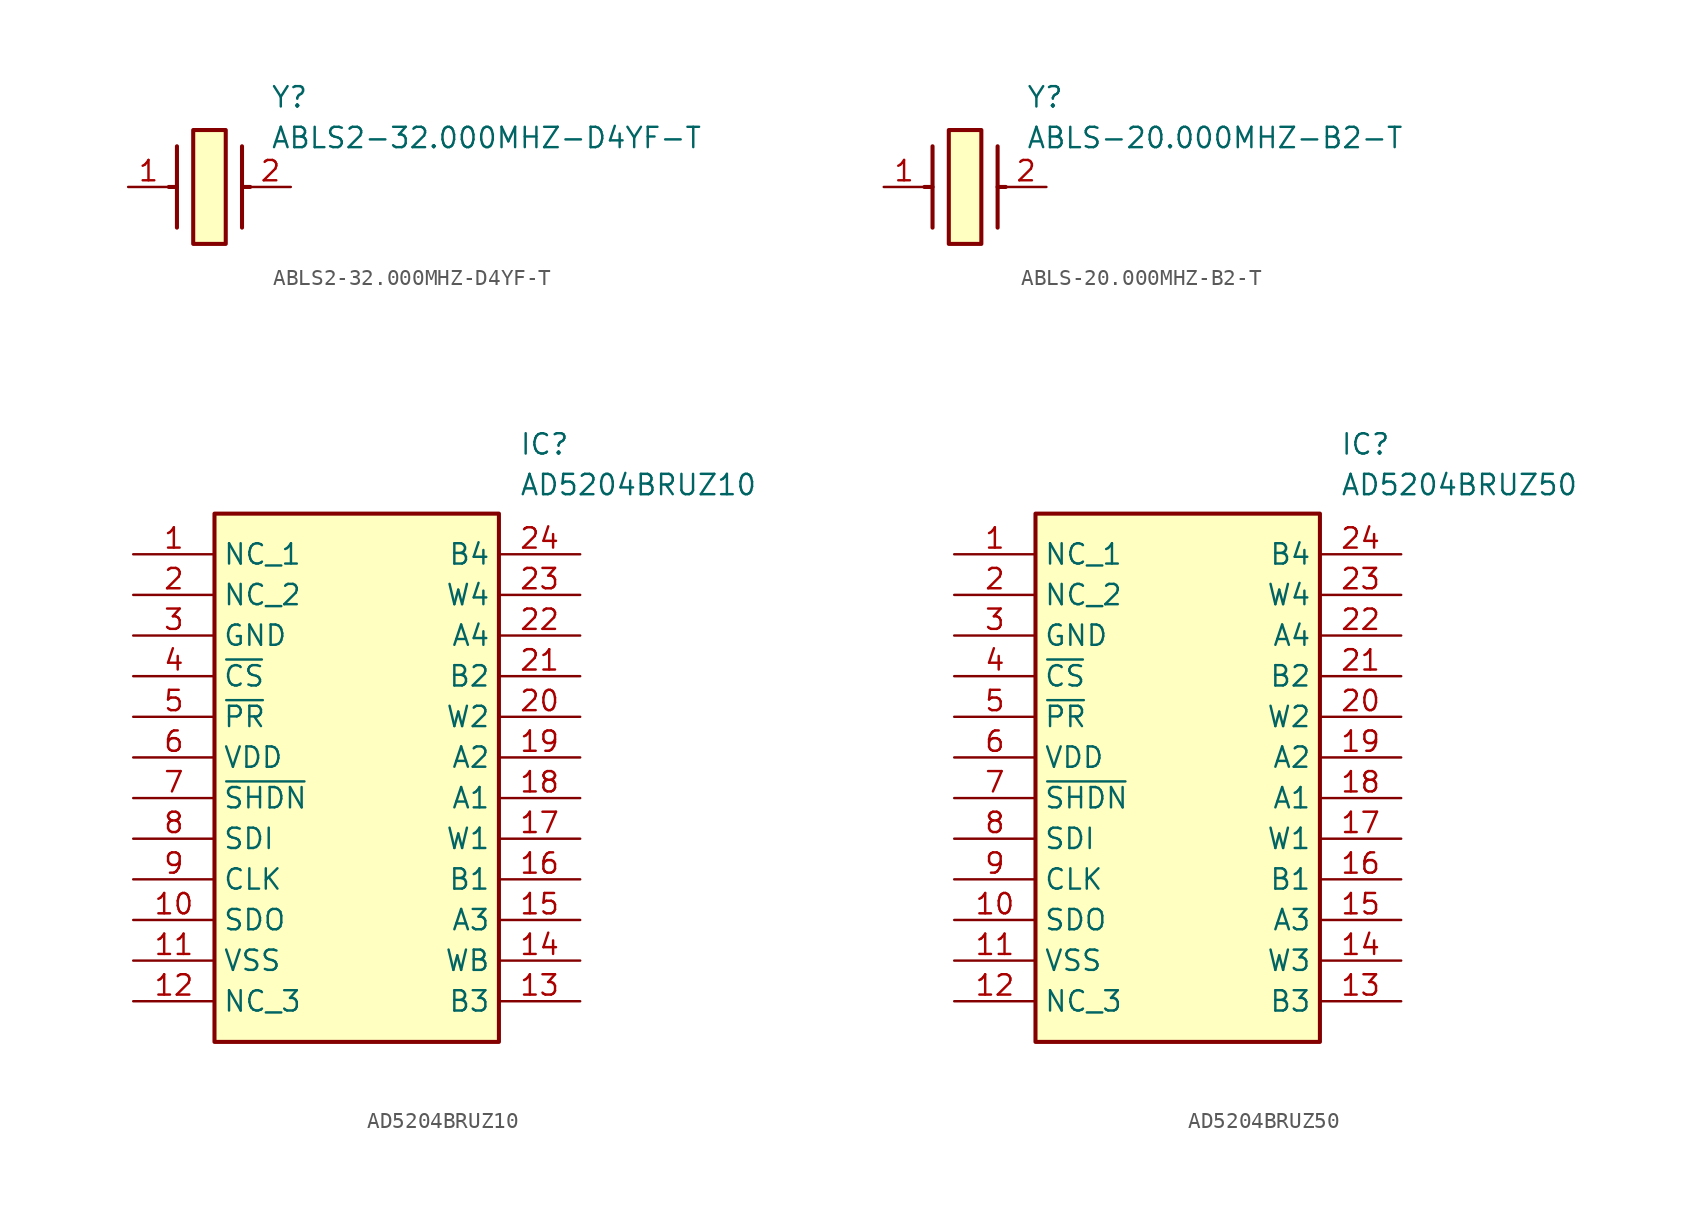
<source format=kicad_sym>
(kicad_symbol_lib
  (version 20231120)
  (generator "kicad_symbol_editor")
  (generator_version "8.0")
  (symbol "ABLS2-32.000MHZ-D4YF-T"
    (pin_names hide)
    (property "Reference" "Y"
      (at 8.89 6.35 0)
      (effects (font (size 1.27 1.27)) (justify left top)))
    (property "Value" "ABLS2-32.000MHZ-D4YF-T"
      (at 8.89 3.81 0)
      (effects (font (size 1.27 1.27)) (justify left top)))
    (symbol "ABLS2-32.000MHZ-D4YF-T_1_1"
      (polyline (pts (xy 3.048 0) (xy 2.54 0)) (stroke (width 0.254) (type default)) (fill (type none)))
      (polyline (pts (xy 3.048 2.54) (xy 3.048 -2.54)) (stroke (width 0.254) (type default)) (fill (type none)))
      (polyline (pts (xy 7.112 0) (xy 7.62 0)) (stroke (width 0.254) (type default)) (fill (type none)))
      (polyline (pts (xy 7.112 2.54) (xy 7.112 -2.54)) (stroke (width 0.254) (type default)) (fill (type none)))
      (rectangle (start 4.064 3.556) (end 6.096 -3.556) (stroke (width 0.254) (type default)) (fill (type background)))
      (pin passive line (at 0 0 0) (length 2.54) (name "1" (effects (font (size 1.27 1.27)))) (number "1" (effects (font (size 1.27 1.27)))))
      (pin passive line (at 10.16 0 180) (length 2.54) (name "2" (effects (font (size 1.27 1.27)))) (number "2" (effects (font (size 1.27 1.27)))))))
  (symbol "ABLS-20.000MHZ-B2-T"
    (pin_names hide)
    (property "Reference" "Y"
      (at 8.89 6.35 0)
      (effects (font (size 1.27 1.27)) (justify left top)))
    (property "Value" "ABLS-20.000MHZ-B2-T"
      (at 8.89 3.81 0)
      (effects (font (size 1.27 1.27)) (justify left top)))
    (symbol "ABLS-20.000MHZ-B2-T_1_1"
      (polyline (pts (xy 3.048 0) (xy 2.54 0)) (stroke (width 0.254) (type default)) (fill (type none)))
      (polyline (pts (xy 3.048 2.54) (xy 3.048 -2.54)) (stroke (width 0.254) (type default)) (fill (type none)))
      (polyline (pts (xy 7.112 0) (xy 7.62 0)) (stroke (width 0.254) (type default)) (fill (type none)))
      (polyline (pts (xy 7.112 2.54) (xy 7.112 -2.54)) (stroke (width 0.254) (type default)) (fill (type none)))
      (rectangle (start 4.064 3.556) (end 6.096 -3.556) (stroke (width 0.254) (type default)) (fill (type background)))
      (pin passive line (at 0 0 0) (length 2.54) (name "1" (effects (font (size 1.27 1.27)))) (number "1" (effects (font (size 1.27 1.27)))))
      (pin passive line (at 10.16 0 180) (length 2.54) (name "2" (effects (font (size 1.27 1.27)))) (number "2" (effects (font (size 1.27 1.27)))))))
  (symbol "AD5204BRUZ10"
    (property "Reference" "IC"
      (at 24.13 7.62 0)
      (effects (font (size 1.27 1.27)) (justify left top)))
    (property "Value" "AD5204BRUZ10"
      (at 24.13 5.08 0)
      (effects (font (size 1.27 1.27)) (justify left top)))
    (symbol "AD5204BRUZ10_1_1"
      (rectangle (start 5.08 2.54) (end 22.86 -30.48) (stroke (width 0.254) (type default)) (fill (type background)))
      (pin passive line (at 0 0 0) (length 5.08) (name "NC_1" (effects (font (size 1.27 1.27)))) (number "1" (effects (font (size 1.27 1.27)))))
      (pin passive line (at 0 -22.86 0) (length 5.08) (name "SDO" (effects (font (size 1.27 1.27)))) (number "10" (effects (font (size 1.27 1.27)))))
      (pin passive line (at 0 -25.4 0) (length 5.08) (name "VSS" (effects (font (size 1.27 1.27)))) (number "11" (effects (font (size 1.27 1.27)))))
      (pin passive line (at 0 -27.94 0) (length 5.08) (name "NC_3" (effects (font (size 1.27 1.27)))) (number "12" (effects (font (size 1.27 1.27)))))
      (pin passive line (at 27.94 -27.94 180) (length 5.08) (name "B3" (effects (font (size 1.27 1.27)))) (number "13" (effects (font (size 1.27 1.27)))))
      (pin passive line (at 27.94 -25.4 180) (length 5.08) (name "WB" (effects (font (size 1.27 1.27)))) (number "14" (effects (font (size 1.27 1.27)))))
      (pin passive line (at 27.94 -22.86 180) (length 5.08) (name "A3" (effects (font (size 1.27 1.27)))) (number "15" (effects (font (size 1.27 1.27)))))
      (pin passive line (at 27.94 -20.32 180) (length 5.08) (name "B1" (effects (font (size 1.27 1.27)))) (number "16" (effects (font (size 1.27 1.27)))))
      (pin passive line (at 27.94 -17.78 180) (length 5.08) (name "W1" (effects (font (size 1.27 1.27)))) (number "17" (effects (font (size 1.27 1.27)))))
      (pin passive line (at 27.94 -15.24 180) (length 5.08) (name "A1" (effects (font (size 1.27 1.27)))) (number "18" (effects (font (size 1.27 1.27)))))
      (pin passive line (at 27.94 -12.7 180) (length 5.08) (name "A2" (effects (font (size 1.27 1.27)))) (number "19" (effects (font (size 1.27 1.27)))))
      (pin passive line (at 0 -2.54 0) (length 5.08) (name "NC_2" (effects (font (size 1.27 1.27)))) (number "2" (effects (font (size 1.27 1.27)))))
      (pin passive line (at 27.94 -10.16 180) (length 5.08) (name "W2" (effects (font (size 1.27 1.27)))) (number "20" (effects (font (size 1.27 1.27)))))
      (pin passive line (at 27.94 -7.62 180) (length 5.08) (name "B2" (effects (font (size 1.27 1.27)))) (number "21" (effects (font (size 1.27 1.27)))))
      (pin passive line (at 27.94 -5.08 180) (length 5.08) (name "A4" (effects (font (size 1.27 1.27)))) (number "22" (effects (font (size 1.27 1.27)))))
      (pin passive line (at 27.94 -2.54 180) (length 5.08) (name "W4" (effects (font (size 1.27 1.27)))) (number "23" (effects (font (size 1.27 1.27)))))
      (pin passive line (at 27.94 0 180) (length 5.08) (name "B4" (effects (font (size 1.27 1.27)))) (number "24" (effects (font (size 1.27 1.27)))))
      (pin passive line (at 0 -5.08 0) (length 5.08) (name "GND" (effects (font (size 1.27 1.27)))) (number "3" (effects (font (size 1.27 1.27)))))
      (pin passive line (at 0 -7.62 0) (length 5.08) (name "~{CS}" (effects (font (size 1.27 1.27)))) (number "4" (effects (font (size 1.27 1.27)))))
      (pin passive line (at 0 -10.16 0) (length 5.08) (name "~{PR}" (effects (font (size 1.27 1.27)))) (number "5" (effects (font (size 1.27 1.27)))))
      (pin passive line (at 0 -12.7 0) (length 5.08) (name "VDD" (effects (font (size 1.27 1.27)))) (number "6" (effects (font (size 1.27 1.27)))))
      (pin passive line (at 0 -15.24 0) (length 5.08) (name "~{SHDN}" (effects (font (size 1.27 1.27)))) (number "7" (effects (font (size 1.27 1.27)))))
      (pin passive line (at 0 -17.78 0) (length 5.08) (name "SDI" (effects (font (size 1.27 1.27)))) (number "8" (effects (font (size 1.27 1.27)))))
      (pin passive line (at 0 -20.32 0) (length 5.08) (name "CLK" (effects (font (size 1.27 1.27)))) (number "9" (effects (font (size 1.27 1.27)))))))
  (symbol "AD5204BRUZ50"
    (property "Reference" "IC"
      (at 24.13 7.62 0)
      (effects (font (size 1.27 1.27)) (justify left top)))
    (property "Value" "AD5204BRUZ50"
      (at 24.13 5.08 0)
      (effects (font (size 1.27 1.27)) (justify left top)))
    (symbol "AD5204BRUZ50_1_1"
      (rectangle (start 5.08 2.54) (end 22.86 -30.48) (stroke (width 0.254) (type default)) (fill (type background)))
      (pin passive line (at 0 0 0) (length 5.08) (name "NC_1" (effects (font (size 1.27 1.27)))) (number "1" (effects (font (size 1.27 1.27)))))
      (pin passive line (at 0 -22.86 0) (length 5.08) (name "SDO" (effects (font (size 1.27 1.27)))) (number "10" (effects (font (size 1.27 1.27)))))
      (pin passive line (at 0 -25.4 0) (length 5.08) (name "VSS" (effects (font (size 1.27 1.27)))) (number "11" (effects (font (size 1.27 1.27)))))
      (pin passive line (at 0 -27.94 0) (length 5.08) (name "NC_3" (effects (font (size 1.27 1.27)))) (number "12" (effects (font (size 1.27 1.27)))))
      (pin passive line (at 27.94 -27.94 180) (length 5.08) (name "B3" (effects (font (size 1.27 1.27)))) (number "13" (effects (font (size 1.27 1.27)))))
      (pin passive line (at 27.94 -25.4 180) (length 5.08) (name "W3" (effects (font (size 1.27 1.27)))) (number "14" (effects (font (size 1.27 1.27)))))
      (pin passive line (at 27.94 -22.86 180) (length 5.08) (name "A3" (effects (font (size 1.27 1.27)))) (number "15" (effects (font (size 1.27 1.27)))))
      (pin passive line (at 27.94 -20.32 180) (length 5.08) (name "B1" (effects (font (size 1.27 1.27)))) (number "16" (effects (font (size 1.27 1.27)))))
      (pin passive line (at 27.94 -17.78 180) (length 5.08) (name "W1" (effects (font (size 1.27 1.27)))) (number "17" (effects (font (size 1.27 1.27)))))
      (pin passive line (at 27.94 -15.24 180) (length 5.08) (name "A1" (effects (font (size 1.27 1.27)))) (number "18" (effects (font (size 1.27 1.27)))))
      (pin passive line (at 27.94 -12.7 180) (length 5.08) (name "A2" (effects (font (size 1.27 1.27)))) (number "19" (effects (font (size 1.27 1.27)))))
      (pin passive line (at 0 -2.54 0) (length 5.08) (name "NC_2" (effects (font (size 1.27 1.27)))) (number "2" (effects (font (size 1.27 1.27)))))
      (pin passive line (at 27.94 -10.16 180) (length 5.08) (name "W2" (effects (font (size 1.27 1.27)))) (number "20" (effects (font (size 1.27 1.27)))))
      (pin passive line (at 27.94 -7.62 180) (length 5.08) (name "B2" (effects (font (size 1.27 1.27)))) (number "21" (effects (font (size 1.27 1.27)))))
      (pin passive line (at 27.94 -5.08 180) (length 5.08) (name "A4" (effects (font (size 1.27 1.27)))) (number "22" (effects (font (size 1.27 1.27)))))
      (pin passive line (at 27.94 -2.54 180) (length 5.08) (name "W4" (effects (font (size 1.27 1.27)))) (number "23" (effects (font (size 1.27 1.27)))))
      (pin passive line (at 27.94 0 180) (length 5.08) (name "B4" (effects (font (size 1.27 1.27)))) (number "24" (effects (font (size 1.27 1.27)))))
      (pin passive line (at 0 -5.08 0) (length 5.08) (name "GND" (effects (font (size 1.27 1.27)))) (number "3" (effects (font (size 1.27 1.27)))))
      (pin passive line (at 0 -7.62 0) (length 5.08) (name "~{CS}" (effects (font (size 1.27 1.27)))) (number "4" (effects (font (size 1.27 1.27)))))
      (pin passive line (at 0 -10.16 0) (length 5.08) (name "~{PR}" (effects (font (size 1.27 1.27)))) (number "5" (effects (font (size 1.27 1.27)))))
      (pin passive line (at 0 -12.7 0) (length 5.08) (name "VDD" (effects (font (size 1.27 1.27)))) (number "6" (effects (font (size 1.27 1.27)))))
      (pin passive line (at 0 -15.24 0) (length 5.08) (name "~{SHDN}" (effects (font (size 1.27 1.27)))) (number "7" (effects (font (size 1.27 1.27)))))
      (pin passive line (at 0 -17.78 0) (length 5.08) (name "SDI" (effects (font (size 1.27 1.27)))) (number "8" (effects (font (size 1.27 1.27)))))
      (pin passive line (at 0 -20.32 0) (length 5.08) (name "CLK" (effects (font (size 1.27 1.27)))) (number "9" (effects (font (size 1.27 1.27))))))))
</source>
